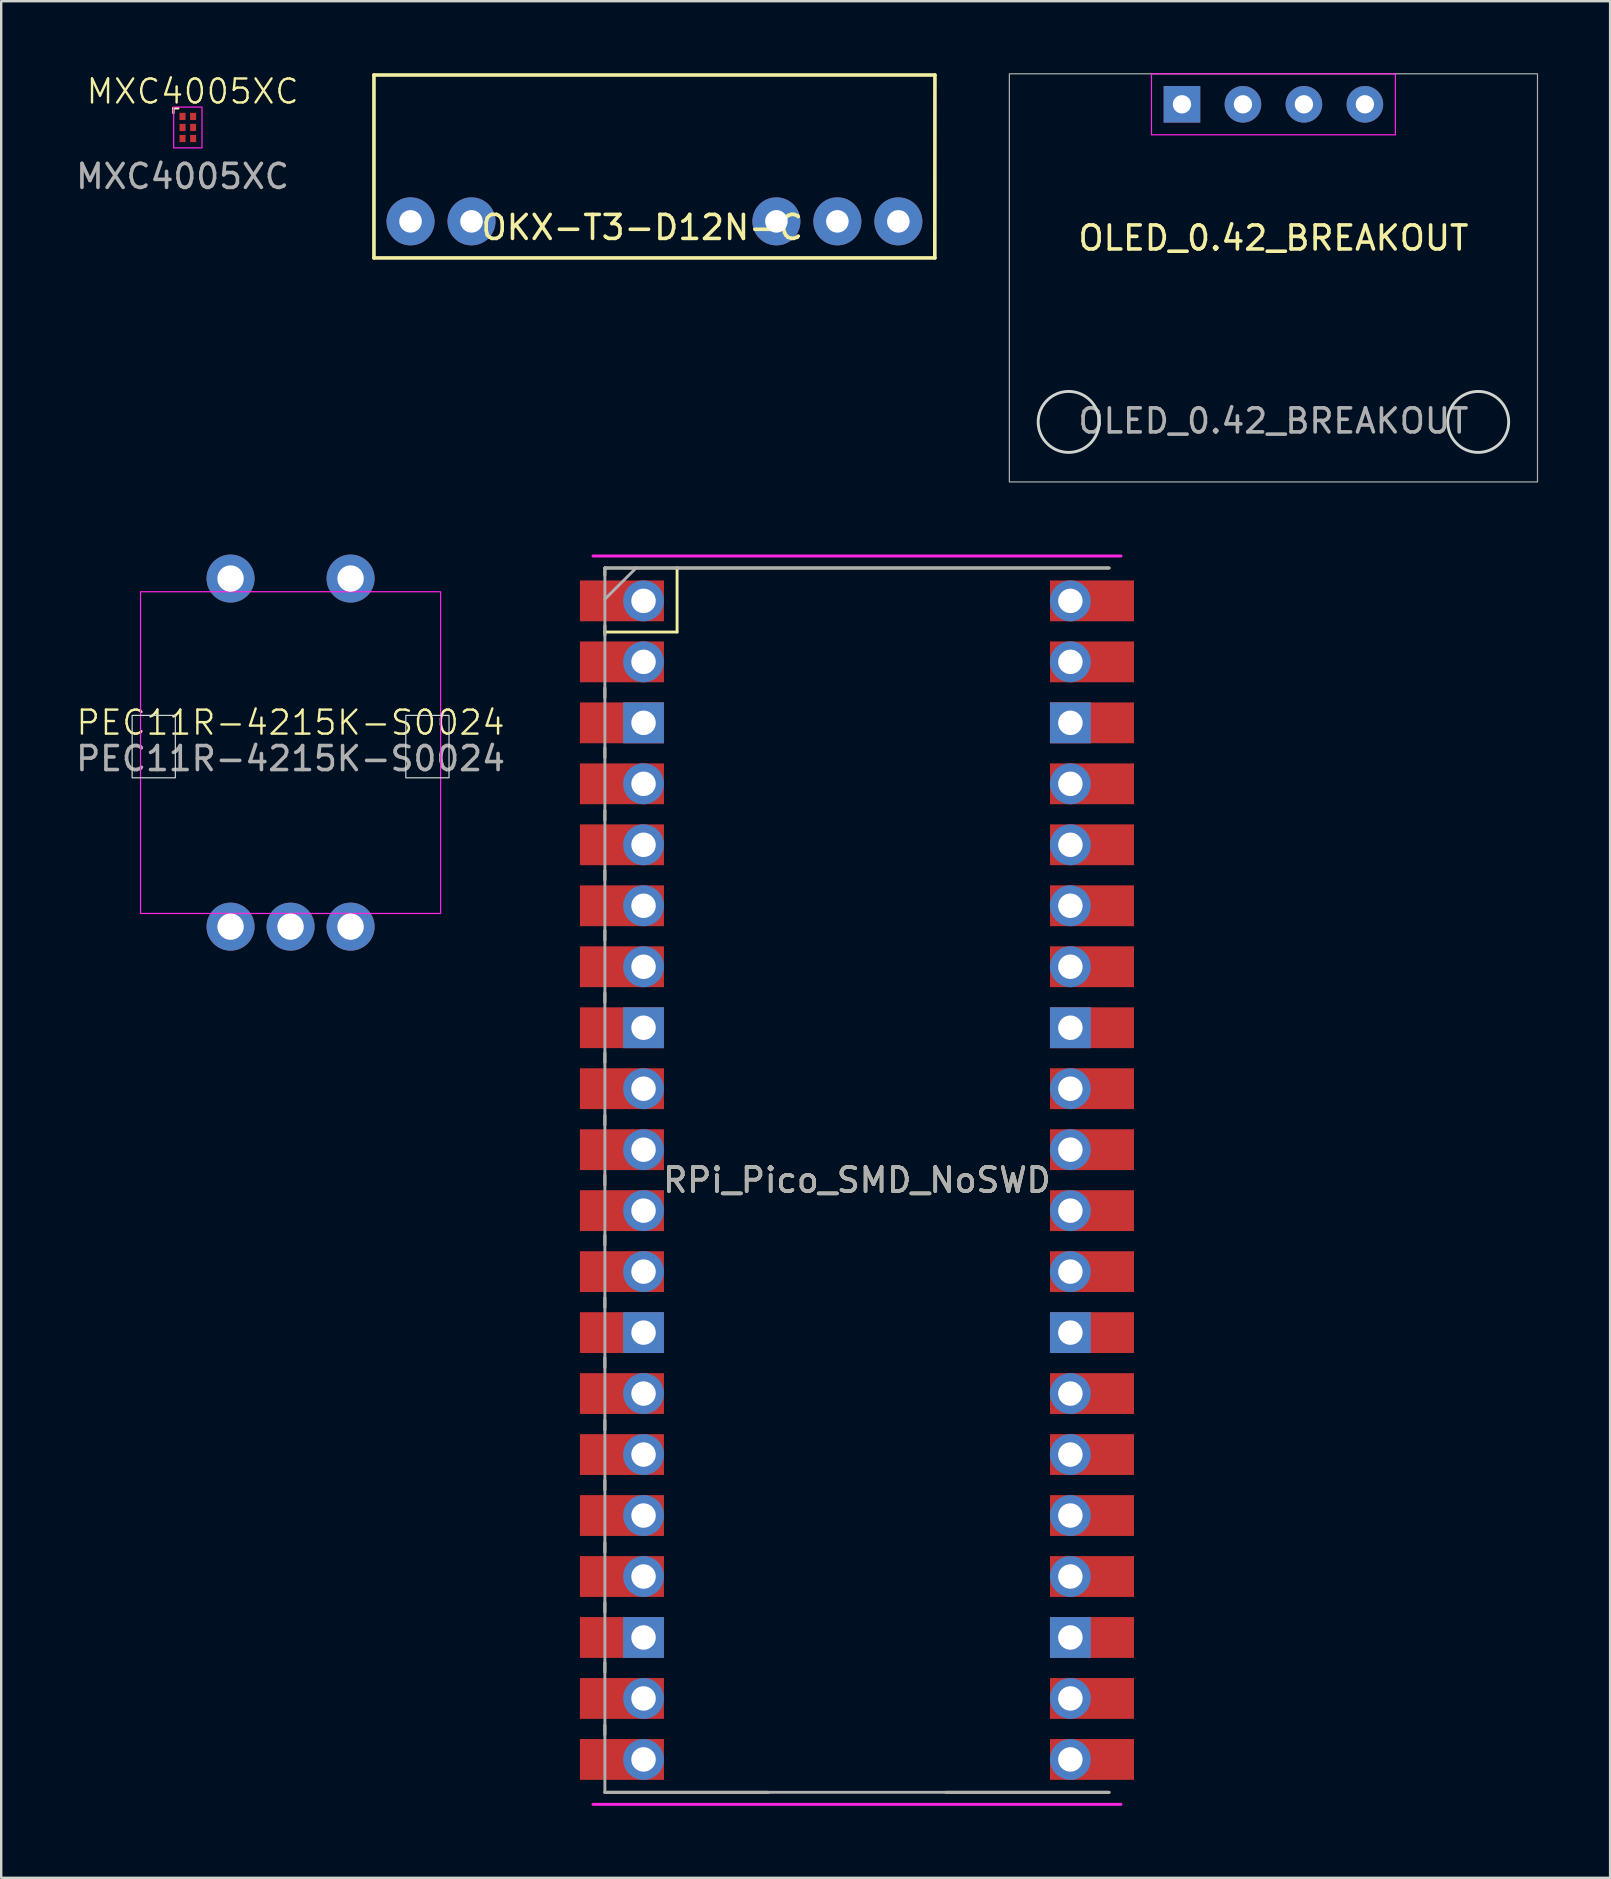
<source format=kicad_pcb>
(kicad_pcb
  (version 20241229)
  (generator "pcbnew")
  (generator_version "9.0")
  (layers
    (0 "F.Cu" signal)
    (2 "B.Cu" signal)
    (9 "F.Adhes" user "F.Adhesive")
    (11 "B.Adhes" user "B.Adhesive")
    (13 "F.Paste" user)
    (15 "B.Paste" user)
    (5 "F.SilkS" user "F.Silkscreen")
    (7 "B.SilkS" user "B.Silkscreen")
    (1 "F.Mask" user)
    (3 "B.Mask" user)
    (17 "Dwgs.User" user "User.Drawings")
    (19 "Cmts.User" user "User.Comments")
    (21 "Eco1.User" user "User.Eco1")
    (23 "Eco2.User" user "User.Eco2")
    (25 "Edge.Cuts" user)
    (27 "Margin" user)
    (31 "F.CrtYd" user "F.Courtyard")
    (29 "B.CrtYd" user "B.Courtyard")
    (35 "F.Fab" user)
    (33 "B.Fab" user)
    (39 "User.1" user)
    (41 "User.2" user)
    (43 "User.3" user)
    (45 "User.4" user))
  (footprint "OKX-T3-D12N-C"
    (layer "F.Cu")
    (at 34.371 6.171)
    (property "Reference" "OKX-T3-D12N-C" (at -10.668 0.254 0) (layer "F.SilkS") (effects (font (size 1 1) (thickness 0.15))))
    (attr through_hole)
    (fp_line (start -21.844 -6.096) (end -21.844 1.524) (stroke (width 0.15) (type solid)) (layer "F.SilkS"))
    (fp_line (start -21.844 1.524) (end 1.524 1.524) (stroke (width 0.15) (type solid)) (layer "F.SilkS"))
    (fp_line (start 1.519 1.519) (end 1.524 -6.096) (stroke (width 0.15) (type solid)) (layer "F.SilkS"))
    (fp_line (start 1.524 -6.096) (end -21.844 -6.096) (stroke (width 0.15) (type solid)) (layer "F.SilkS"))
    (pad "1" thru_hole circle (at 0 0) (size 2 2) (drill 0.94) (layers "*.Cu" "*.Mask"))
    (pad "2" thru_hole circle (at -2.54 0) (size 2 2) (drill 0.94) (layers "*.Cu" "*.Mask"))
    (pad "3" thru_hole circle (at -5.08 0) (size 2 2) (drill 0.94) (layers "*.Cu" "*.Mask"))
    (pad "4" thru_hole circle (at -17.78 0) (size 2 2) (drill 0.94) (layers "*.Cu" "*.Mask"))
    (pad "5" thru_hole circle (at -20.32 0) (size 2 2) (drill 0.94) (layers "*.Cu" "*.Mask")))
  (footprint "OLED_0.42_BREAKOUT"
    (layer "F.Cu")
    (at 46.185 1.295)
    (property "Reference" "OLED_0.42_BREAKOUT" (at 3.81 5.57 0) (unlocked yes) (layer "F.SilkS") (effects (font (size 1 1) (thickness 0.15))))
    (attr through_hole)
    (fp_circle (center -4.72 13.23) (end -3.45 13.23) (stroke (width 0.12) (type solid)) (fill no) (layer "Edge.Cuts"))
    (fp_circle (center 12.34 13.23) (end 13.61 13.23) (stroke (width 0.12) (type solid)) (fill no) (layer "Edge.Cuts"))
    (fp_rect (start -1.27 -1.27) (end 8.89 1.27) (stroke (width 0.05) (type solid)) (fill no) (layer "F.CrtYd"))
    (fp_rect (start -7.19 -1.27) (end 14.81 15.73) (stroke (width 0.05) (type solid)) (fill no) (layer "F.Fab"))
    (fp_text user "${REFERENCE}" (at 3.81 13.19 0) (unlocked yes) (layer "F.Fab") (effects (font (size 1 1) (thickness 0.15))))
    (pad "1" thru_hole rect (at 0 0) (size 1.524 1.524) (drill 0.762) (layers "*.Cu" "*.Mask"))
    (pad "2" thru_hole circle (at 2.54 0) (size 1.524 1.524) (drill 0.762) (layers "*.Cu" "*.Mask"))
    (pad "3" thru_hole circle (at 5.08 0) (size 1.524 1.524) (drill 0.762) (layers "*.Cu" "*.Mask"))
    (pad "4" thru_hole circle (at 7.62 0) (size 1.524 1.524) (drill 0.762) (layers "*.Cu" "*.Mask")))
  (footprint "PEC11R-4215K-S0024"
    (layer "F.Cu")
    (at 9.054 35.55)
    (property "Reference" "PEC11R-4215K-S0024" (at 0 -8.5 0) (unlocked yes) (layer "F.SilkS") (effects (font (size 1 1) (thickness 0.1))))
    (attr through_hole)
    (fp_rect (start -6.6 -8.8) (end -4.8 -6.2) (stroke (width 0.05) (type default)) (fill no) (layer "Edge.Cuts"))
    (fp_rect (start 6.6 -8.8) (end 4.8 -6.2) (stroke (width 0.05) (type default)) (fill no) (layer "Edge.Cuts"))
    (fp_rect (start -6.25 -13.95) (end 6.25 -0.55) (stroke (width 0.05) (type default)) (fill no) (layer "F.CrtYd"))
    (fp_text user "${REFERENCE}" (at 0 -7 0) (unlocked yes) (layer "F.Fab") (effects (font (size 1 1) (thickness 0.15))))
    (pad "A" thru_hole circle (at -2.5 0) (size 2 2) (drill 1.1) (layers "*.Cu" "*.Mask"))
    (pad "B" thru_hole circle (at 2.5 0) (size 2 2) (drill 1.1) (layers "*.Cu" "*.Mask"))
    (pad "C" thru_hole circle (at 0 0) (size 2 2) (drill 1.1) (layers "*.Cu" "*.Mask"))
    (pad "S1" thru_hole circle (at -2.5 -14.5) (size 2 2) (drill 1.1) (layers "*.Cu" "*.Mask"))
    (pad "S2" thru_hole circle (at 2.5 -14.5) (size 2 2) (drill 1.1) (layers "*.Cu" "*.Mask")))
  (footprint "MXC4005XC"
    (layer "F.Cu")
    (at 4.554 2.26)
    (property "Reference" "MXC4005XC" (at 0.42 -1.5 0) (unlocked yes) (layer "F.SilkS") (effects (font (size 1 1) (thickness 0.1))))
    (attr smd)
    (fp_line (start -0.38 -0.8) (end -0.38 -0.6) (stroke (width 0.1) (type default)) (layer "F.SilkS"))
    (fp_line (start -0.18 -0.8) (end -0.38 -0.8) (stroke (width 0.1) (type default)) (layer "F.SilkS"))
    (fp_rect (start -0.37 -0.85) (end 0.81 0.85) (stroke (width 0.05) (type default)) (fill no) (layer "F.CrtYd"))
    (fp_text user "${REFERENCE}" (at 0 2.04 0) (unlocked yes) (layer "F.Fab") (effects (font (size 1 1) (thickness 0.15))))
    (pad "1" smd rect (at 0 -0.46) (size 0.25 0.3) (layers "F.Cu" "F.Mask" "F.Paste"))
    (pad "2" smd rect (at 0 0) (size 0.25 0.3) (layers "F.Cu" "F.Mask" "F.Paste"))
    (pad "3" smd rect (at 0 0.46) (size 0.25 0.3) (layers "F.Cu" "F.Mask" "F.Paste"))
    (pad "4" smd rect (at 0.44 0.46) (size 0.25 0.3) (layers "F.Cu" "F.Mask" "F.Paste"))
    (pad "5" smd rect (at 0.44 0) (size 0.25 0.3) (layers "F.Cu" "F.Mask" "F.Paste"))
    (pad "6" smd rect (at 0.44 -0.46) (size 0.25 0.3) (layers "F.Cu" "F.Mask" "F.Paste")))
  (footprint "RPi_Pico_SMD_NoSWD"
    (layer "F.Cu")
    (at 32.647 46.11)
    (property "Reference" "RPi_Pico_SMD_NoSWD" (at 0 0 0) (layer "F.SilkS") (effects (font (size 1 1) (thickness 0.15))))
    (attr through_hole)
    (fp_line (start -10.5 -25.5) (end -10.5 -25.2) (stroke (width 0.12) (type solid)) (layer "F.SilkS"))
    (fp_line (start -10.5 -25.5) (end 10.5 -25.5) (stroke (width 0.12) (type solid)) (layer "F.SilkS"))
    (fp_line (start -10.5 -23.1) (end -10.5 -22.7) (stroke (width 0.12) (type solid)) (layer "F.SilkS"))
    (fp_line (start -10.5 -22.833) (end -7.493 -22.833) (stroke (width 0.12) (type solid)) (layer "F.SilkS"))
    (fp_line (start -10.5 -20.5) (end -10.5 -20.1) (stroke (width 0.12) (type solid)) (layer "F.SilkS"))
    (fp_line (start -10.5 -18) (end -10.5 -17.6) (stroke (width 0.12) (type solid)) (layer "F.SilkS"))
    (fp_line (start -10.5 -15.4) (end -10.5 -15) (stroke (width 0.12) (type solid)) (layer "F.SilkS"))
    (fp_line (start -10.5 -12.9) (end -10.5 -12.5) (stroke (width 0.12) (type solid)) (layer "F.SilkS"))
    (fp_line (start -10.5 -10.4) (end -10.5 -10) (stroke (width 0.12) (type solid)) (layer "F.SilkS"))
    (fp_line (start -10.5 -7.8) (end -10.5 -7.4) (stroke (width 0.12) (type solid)) (layer "F.SilkS"))
    (fp_line (start -10.5 -5.3) (end -10.5 -4.9) (stroke (width 0.12) (type solid)) (layer "F.SilkS"))
    (fp_line (start -10.5 -2.7) (end -10.5 -2.3) (stroke (width 0.12) (type solid)) (layer "F.SilkS"))
    (fp_line (start -10.5 -0.2) (end -10.5 0.2) (stroke (width 0.12) (type solid)) (layer "F.SilkS"))
    (fp_line (start -10.5 2.3) (end -10.5 2.7) (stroke (width 0.12) (type solid)) (layer "F.SilkS"))
    (fp_line (start -10.5 4.9) (end -10.5 5.3) (stroke (width 0.12) (type solid)) (layer "F.SilkS"))
    (fp_line (start -10.5 7.4) (end -10.5 7.8) (stroke (width 0.12) (type solid)) (layer "F.SilkS"))
    (fp_line (start -10.5 10) (end -10.5 10.4) (stroke (width 0.12) (type solid)) (layer "F.SilkS"))
    (fp_line (start -10.5 12.5) (end -10.5 12.9) (stroke (width 0.12) (type solid)) (layer "F.SilkS"))
    (fp_line (start -10.5 15.1) (end -10.5 15.5) (stroke (width 0.12) (type solid)) (layer "F.SilkS"))
    (fp_line (start -10.5 17.6) (end -10.5 18) (stroke (width 0.12) (type solid)) (layer "F.SilkS"))
    (fp_line (start -10.5 20.1) (end -10.5 20.5) (stroke (width 0.12) (type solid)) (layer "F.SilkS"))
    (fp_line (start -10.5 22.7) (end -10.5 23.1) (stroke (width 0.12) (type solid)) (layer "F.SilkS"))
    (fp_line (start -7.493 -22.833) (end -7.493 -25.5) (stroke (width 0.12) (type solid)) (layer "F.SilkS"))
    (fp_line (start -3.7 25.5) (end -10.5 25.5) (stroke (width 0.12) (type solid)) (layer "F.SilkS"))
    (fp_line (start 10.5 25.5) (end 3.7 25.5) (stroke (width 0.12) (type solid)) (layer "F.SilkS"))
    (fp_line (start -11 -26) (end 11 -26) (stroke (width 0.12) (type solid)) (layer "F.CrtYd"))
    (fp_line (start 11 26) (end -11 26) (stroke (width 0.12) (type solid)) (layer "F.CrtYd"))
    (fp_line (start -10.5 -25.5) (end 10.5 -25.5) (stroke (width 0.12) (type solid)) (layer "F.Fab"))
    (fp_line (start -10.5 -24.2) (end -9.2 -25.5) (stroke (width 0.12) (type solid)) (layer "F.Fab"))
    (fp_line (start -10.5 25.5) (end -10.5 -25.5) (stroke (width 0.12) (type solid)) (layer "F.Fab"))
    (fp_line (start 10.5 25.5) (end -10.5 25.5) (stroke (width 0.12) (type solid)) (layer "F.Fab"))
    (fp_text user "${REFERENCE}" (at 0 0 180) (layer "F.Fab") (effects (font (size 1 1) (thickness 0.15))))
    (pad "1" thru_hole oval (at -8.89 -24.13) (size 1.7 1.7) (drill 1.02) (layers "*.Cu" "*.Mask"))
    (pad "1" smd rect (at -8.89 -24.13) (size 3.5 1.7) (drill (offset -0.9 0)) (layers "F.Cu" "F.Mask"))
    (pad "2" thru_hole oval (at -8.89 -21.59) (size 1.7 1.7) (drill 1.02) (layers "*.Cu" "*.Mask"))
    (pad "2" smd rect (at -8.89 -21.59) (size 3.5 1.7) (drill (offset -0.9 0)) (layers "F.Cu" "F.Mask"))
    (pad "3" thru_hole rect (at -8.89 -19.05) (size 1.7 1.7) (drill 1.02) (layers "*.Cu" "*.Mask"))
    (pad "3" smd rect (at -8.89 -19.05) (size 3.5 1.7) (drill (offset -0.9 0)) (layers "F.Cu" "F.Mask"))
    (pad "4" thru_hole oval (at -8.89 -16.51) (size 1.7 1.7) (drill 1.02) (layers "*.Cu" "*.Mask"))
    (pad "4" smd rect (at -8.89 -16.51) (size 3.5 1.7) (drill (offset -0.9 0)) (layers "F.Cu" "F.Mask"))
    (pad "5" thru_hole oval (at -8.89 -13.97) (size 1.7 1.7) (drill 1.02) (layers "*.Cu" "*.Mask"))
    (pad "5" smd rect (at -8.89 -13.97) (size 3.5 1.7) (drill (offset -0.9 0)) (layers "F.Cu" "F.Mask"))
    (pad "6" thru_hole oval (at -8.89 -11.43) (size 1.7 1.7) (drill 1.02) (layers "*.Cu" "*.Mask"))
    (pad "6" smd rect (at -8.89 -11.43) (size 3.5 1.7) (drill (offset -0.9 0)) (layers "F.Cu" "F.Mask"))
    (pad "7" thru_hole oval (at -8.89 -8.89) (size 1.7 1.7) (drill 1.02) (layers "*.Cu" "*.Mask"))
    (pad "7" smd rect (at -8.89 -8.89) (size 3.5 1.7) (drill (offset -0.9 0)) (layers "F.Cu" "F.Mask"))
    (pad "8" thru_hole rect (at -8.89 -6.35) (size 1.7 1.7) (drill 1.02) (layers "*.Cu" "*.Mask"))
    (pad "8" smd rect (at -8.89 -6.35) (size 3.5 1.7) (drill (offset -0.9 0)) (layers "F.Cu" "F.Mask"))
    (pad "9" thru_hole oval (at -8.89 -3.81) (size 1.7 1.7) (drill 1.02) (layers "*.Cu" "*.Mask"))
    (pad "9" smd rect (at -8.89 -3.81) (size 3.5 1.7) (drill (offset -0.9 0)) (layers "F.Cu" "F.Mask"))
    (pad "10" thru_hole oval (at -8.89 -1.27) (size 1.7 1.7) (drill 1.02) (layers "*.Cu" "*.Mask"))
    (pad "10" smd rect (at -8.89 -1.27) (size 3.5 1.7) (drill (offset -0.9 0)) (layers "F.Cu" "F.Mask"))
    (pad "11" thru_hole oval (at -8.89 1.27) (size 1.7 1.7) (drill 1.02) (layers "*.Cu" "*.Mask"))
    (pad "11" smd rect (at -8.89 1.27) (size 3.5 1.7) (drill (offset -0.9 0)) (layers "F.Cu" "F.Mask"))
    (pad "12" thru_hole oval (at -8.89 3.81) (size 1.7 1.7) (drill 1.02) (layers "*.Cu" "*.Mask"))
    (pad "12" smd rect (at -8.89 3.81) (size 3.5 1.7) (drill (offset -0.9 0)) (layers "F.Cu" "F.Mask"))
    (pad "13" thru_hole rect (at -8.89 6.35) (size 1.7 1.7) (drill 1.02) (layers "*.Cu" "*.Mask"))
    (pad "13" smd rect (at -8.89 6.35) (size 3.5 1.7) (drill (offset -0.9 0)) (layers "F.Cu" "F.Mask"))
    (pad "14" thru_hole oval (at -8.89 8.89) (size 1.7 1.7) (drill 1.02) (layers "*.Cu" "*.Mask"))
    (pad "14" smd rect (at -8.89 8.89) (size 3.5 1.7) (drill (offset -0.9 0)) (layers "F.Cu" "F.Mask"))
    (pad "15" thru_hole oval (at -8.89 11.43) (size 1.7 1.7) (drill 1.02) (layers "*.Cu" "*.Mask"))
    (pad "15" smd rect (at -8.89 11.43) (size 3.5 1.7) (drill (offset -0.9 0)) (layers "F.Cu" "F.Mask"))
    (pad "16" thru_hole oval (at -8.89 13.97) (size 1.7 1.7) (drill 1.02) (layers "*.Cu" "*.Mask"))
    (pad "16" smd rect (at -8.89 13.97) (size 3.5 1.7) (drill (offset -0.9 0)) (layers "F.Cu" "F.Mask"))
    (pad "17" thru_hole oval (at -8.89 16.51) (size 1.7 1.7) (drill 1.02) (layers "*.Cu" "*.Mask"))
    (pad "17" smd rect (at -8.89 16.51) (size 3.5 1.7) (drill (offset -0.9 0)) (layers "F.Cu" "F.Mask"))
    (pad "18" thru_hole rect (at -8.89 19.05) (size 1.7 1.7) (drill 1.02) (layers "*.Cu" "*.Mask"))
    (pad "18" smd rect (at -8.89 19.05) (size 3.5 1.7) (drill (offset -0.9 0)) (layers "F.Cu" "F.Mask"))
    (pad "19" thru_hole oval (at -8.89 21.59) (size 1.7 1.7) (drill 1.02) (layers "*.Cu" "*.Mask"))
    (pad "19" smd rect (at -8.89 21.59) (size 3.5 1.7) (drill (offset -0.9 0)) (layers "F.Cu" "F.Mask"))
    (pad "20" thru_hole oval (at -8.89 24.13) (size 1.7 1.7) (drill 1.02) (layers "*.Cu" "*.Mask"))
    (pad "20" smd rect (at -8.89 24.13) (size 3.5 1.7) (drill (offset -0.9 0)) (layers "F.Cu" "F.Mask"))
    (pad "21" thru_hole oval (at 8.89 24.13) (size 1.7 1.7) (drill 1.02) (layers "*.Cu" "*.Mask"))
    (pad "21" smd rect (at 8.89 24.13) (size 3.5 1.7) (drill (offset 0.9 0)) (layers "F.Cu" "F.Mask"))
    (pad "22" thru_hole oval (at 8.89 21.59) (size 1.7 1.7) (drill 1.02) (layers "*.Cu" "*.Mask"))
    (pad "22" smd rect (at 8.89 21.59) (size 3.5 1.7) (drill (offset 0.9 0)) (layers "F.Cu" "F.Mask"))
    (pad "23" thru_hole rect (at 8.89 19.05) (size 1.7 1.7) (drill 1.02) (layers "*.Cu" "*.Mask"))
    (pad "23" smd rect (at 8.89 19.05) (size 3.5 1.7) (drill (offset 0.9 0)) (layers "F.Cu" "F.Mask"))
    (pad "24" thru_hole oval (at 8.89 16.51) (size 1.7 1.7) (drill 1.02) (layers "*.Cu" "*.Mask"))
    (pad "24" smd rect (at 8.89 16.51) (size 3.5 1.7) (drill (offset 0.9 0)) (layers "F.Cu" "F.Mask"))
    (pad "25" thru_hole oval (at 8.89 13.97) (size 1.7 1.7) (drill 1.02) (layers "*.Cu" "*.Mask"))
    (pad "25" smd rect (at 8.89 13.97) (size 3.5 1.7) (drill (offset 0.9 0)) (layers "F.Cu" "F.Mask"))
    (pad "26" thru_hole oval (at 8.89 11.43) (size 1.7 1.7) (drill 1.02) (layers "*.Cu" "*.Mask"))
    (pad "26" smd rect (at 8.89 11.43) (size 3.5 1.7) (drill (offset 0.9 0)) (layers "F.Cu" "F.Mask"))
    (pad "27" thru_hole oval (at 8.89 8.89) (size 1.7 1.7) (drill 1.02) (layers "*.Cu" "*.Mask"))
    (pad "27" smd rect (at 8.89 8.89) (size 3.5 1.7) (drill (offset 0.9 0)) (layers "F.Cu" "F.Mask"))
    (pad "28" thru_hole rect (at 8.89 6.35) (size 1.7 1.7) (drill 1.02) (layers "*.Cu" "*.Mask"))
    (pad "28" smd rect (at 8.89 6.35) (size 3.5 1.7) (drill (offset 0.9 0)) (layers "F.Cu" "F.Mask"))
    (pad "29" thru_hole oval (at 8.89 3.81) (size 1.7 1.7) (drill 1.02) (layers "*.Cu" "*.Mask"))
    (pad "29" smd rect (at 8.89 3.81) (size 3.5 1.7) (drill (offset 0.9 0)) (layers "F.Cu" "F.Mask"))
    (pad "30" thru_hole oval (at 8.89 1.27) (size 1.7 1.7) (drill 1.02) (layers "*.Cu" "*.Mask"))
    (pad "30" smd rect (at 8.89 1.27) (size 3.5 1.7) (drill (offset 0.9 0)) (layers "F.Cu" "F.Mask"))
    (pad "31" thru_hole oval (at 8.89 -1.27) (size 1.7 1.7) (drill 1.02) (layers "*.Cu" "*.Mask"))
    (pad "31" smd rect (at 8.89 -1.27) (size 3.5 1.7) (drill (offset 0.9 0)) (layers "F.Cu" "F.Mask"))
    (pad "32" thru_hole oval (at 8.89 -3.81) (size 1.7 1.7) (drill 1.02) (layers "*.Cu" "*.Mask"))
    (pad "32" smd rect (at 8.89 -3.81) (size 3.5 1.7) (drill (offset 0.9 0)) (layers "F.Cu" "F.Mask"))
    (pad "33" thru_hole rect (at 8.89 -6.35) (size 1.7 1.7) (drill 1.02) (layers "*.Cu" "*.Mask"))
    (pad "33" smd rect (at 8.89 -6.35) (size 3.5 1.7) (drill (offset 0.9 0)) (layers "F.Cu" "F.Mask"))
    (pad "34" thru_hole oval (at 8.89 -8.89) (size 1.7 1.7) (drill 1.02) (layers "*.Cu" "*.Mask"))
    (pad "34" smd rect (at 8.89 -8.89) (size 3.5 1.7) (drill (offset 0.9 0)) (layers "F.Cu" "F.Mask"))
    (pad "35" thru_hole oval (at 8.89 -11.43) (size 1.7 1.7) (drill 1.02) (layers "*.Cu" "*.Mask"))
    (pad "35" smd rect (at 8.89 -11.43) (size 3.5 1.7) (drill (offset 0.9 0)) (layers "F.Cu" "F.Mask"))
    (pad "36" thru_hole oval (at 8.89 -13.97) (size 1.7 1.7) (drill 1.02) (layers "*.Cu" "*.Mask"))
    (pad "36" smd rect (at 8.89 -13.97) (size 3.5 1.7) (drill (offset 0.9 0)) (layers "F.Cu" "F.Mask"))
    (pad "37" thru_hole oval (at 8.89 -16.51) (size 1.7 1.7) (drill 1.02) (layers "*.Cu" "*.Mask"))
    (pad "37" smd rect (at 8.89 -16.51) (size 3.5 1.7) (drill (offset 0.9 0)) (layers "F.Cu" "F.Mask"))
    (pad "38" thru_hole rect (at 8.89 -19.05) (size 1.7 1.7) (drill 1.02) (layers "*.Cu" "*.Mask"))
    (pad "38" smd rect (at 8.89 -19.05) (size 3.5 1.7) (drill (offset 0.9 0)) (layers "F.Cu" "F.Mask"))
    (pad "39" thru_hole oval (at 8.89 -21.59) (size 1.7 1.7) (drill 1.02) (layers "*.Cu" "*.Mask"))
    (pad "39" smd rect (at 8.89 -21.59) (size 3.5 1.7) (drill (offset 0.9 0)) (layers "F.Cu" "F.Mask"))
    (pad "40" thru_hole oval (at 8.89 -24.13) (size 1.7 1.7) (drill 1.02) (layers "*.Cu" "*.Mask"))
    (pad "40" smd rect (at 8.89 -24.13) (size 3.5 1.7) (drill (offset 0.9 0)) (layers "F.Cu" "F.Mask")))
  (gr_rect
    (start -3 -3)
    (end 64.02 75.17)
    (stroke (width 0.1) (type default))
    (fill no)
    (layer "Edge.Cuts")))
</source>
